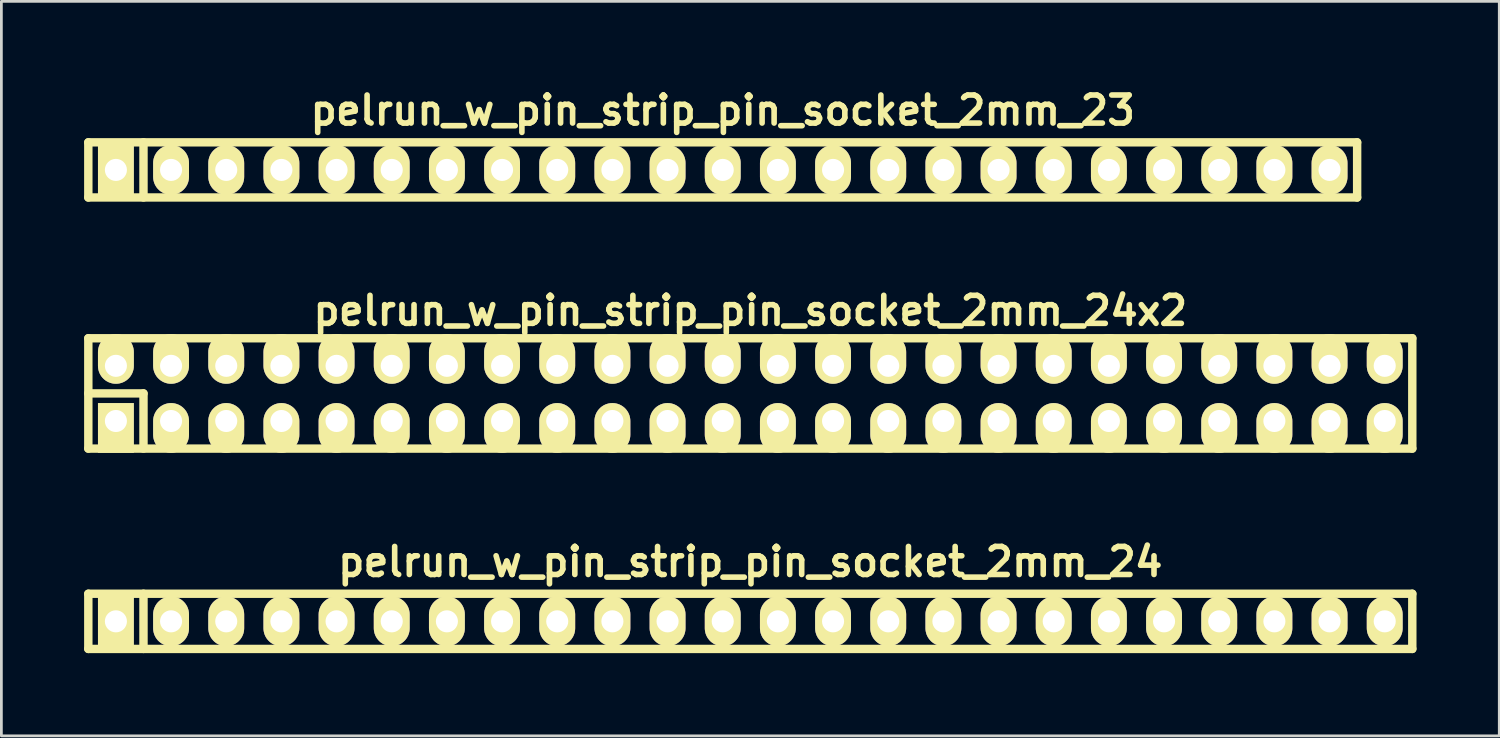
<source format=kicad_pcb>
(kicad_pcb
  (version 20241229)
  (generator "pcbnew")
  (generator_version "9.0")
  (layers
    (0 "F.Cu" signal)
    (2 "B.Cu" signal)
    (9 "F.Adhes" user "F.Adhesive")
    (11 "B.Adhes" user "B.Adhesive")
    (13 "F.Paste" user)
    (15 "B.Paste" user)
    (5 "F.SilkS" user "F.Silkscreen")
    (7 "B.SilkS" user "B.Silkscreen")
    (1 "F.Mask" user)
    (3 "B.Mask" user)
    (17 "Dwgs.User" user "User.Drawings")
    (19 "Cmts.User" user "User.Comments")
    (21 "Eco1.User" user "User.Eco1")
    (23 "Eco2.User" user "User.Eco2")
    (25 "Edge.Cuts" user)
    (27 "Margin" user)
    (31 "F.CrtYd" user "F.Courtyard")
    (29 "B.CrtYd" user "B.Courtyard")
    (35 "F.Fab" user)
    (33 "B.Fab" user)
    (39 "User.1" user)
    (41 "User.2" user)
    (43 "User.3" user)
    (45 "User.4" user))
  (footprint "pelrun_w_pin_strip_pin_socket_2mm_24"
    (layer "F.Cu")
    (at 24.152 19.476)
    (property "Reference" "pelrun_w_pin_strip_pin_socket_2mm_24" (at 0 -2.159 0) (layer "F.SilkS") (effects (font (size 1.016 1.016) (thickness 0.203))))
    (attr through_hole)
    (fp_line (start -24 -1) (end 24 -1) (stroke (width 0.305) (type solid)) (layer "F.SilkS"))
    (fp_line (start -24 1) (end -24 -1) (stroke (width 0.305) (type solid)) (layer "F.SilkS"))
    (fp_line (start -22 -1) (end -22 1) (stroke (width 0.305) (type solid)) (layer "F.SilkS"))
    (fp_line (start 24 -1) (end 24 1) (stroke (width 0.305) (type solid)) (layer "F.SilkS"))
    (fp_line (start 24 1) (end -24 1) (stroke (width 0.305) (type solid)) (layer "F.SilkS"))
    (pad "1" thru_hole rect (at -23 0) (size 1.3 1.8) (drill 0.8) (layers "*.Cu" "*.Mask" "F.SilkS"))
    (pad "2" thru_hole oval (at -21 0) (size 1.3 1.8) (drill 0.8) (layers "*.Cu" "*.Mask" "F.SilkS"))
    (pad "3" thru_hole oval (at -19 0) (size 1.3 1.8) (drill 0.8) (layers "*.Cu" "*.Mask" "F.SilkS"))
    (pad "4" thru_hole oval (at -17 0) (size 1.3 1.8) (drill 0.8) (layers "*.Cu" "*.Mask" "F.SilkS"))
    (pad "5" thru_hole oval (at -15 0) (size 1.3 1.8) (drill 0.8) (layers "*.Cu" "*.Mask" "F.SilkS"))
    (pad "6" thru_hole oval (at -13 0) (size 1.3 1.8) (drill 0.8) (layers "*.Cu" "*.Mask" "F.SilkS"))
    (pad "7" thru_hole oval (at -11 0) (size 1.3 1.8) (drill 0.8) (layers "*.Cu" "*.Mask" "F.SilkS"))
    (pad "8" thru_hole oval (at -9 0) (size 1.3 1.8) (drill 0.8) (layers "*.Cu" "*.Mask" "F.SilkS"))
    (pad "9" thru_hole oval (at -7 0) (size 1.3 1.8) (drill 0.8) (layers "*.Cu" "*.Mask" "F.SilkS"))
    (pad "10" thru_hole oval (at -5 0) (size 1.3 1.8) (drill 0.8) (layers "*.Cu" "*.Mask" "F.SilkS"))
    (pad "11" thru_hole oval (at -3 0) (size 1.3 1.8) (drill 0.8) (layers "*.Cu" "*.Mask" "F.SilkS"))
    (pad "12" thru_hole oval (at -1 0) (size 1.3 1.8) (drill 0.8) (layers "*.Cu" "*.Mask" "F.SilkS"))
    (pad "13" thru_hole oval (at 1 0) (size 1.3 1.8) (drill 0.8) (layers "*.Cu" "*.Mask" "F.SilkS"))
    (pad "14" thru_hole oval (at 3 0) (size 1.3 1.8) (drill 0.8) (layers "*.Cu" "*.Mask" "F.SilkS"))
    (pad "15" thru_hole oval (at 5 0) (size 1.3 1.8) (drill 0.8) (layers "*.Cu" "*.Mask" "F.SilkS"))
    (pad "16" thru_hole oval (at 7 0) (size 1.3 1.8) (drill 0.8) (layers "*.Cu" "*.Mask" "F.SilkS"))
    (pad "17" thru_hole oval (at 9 0) (size 1.3 1.8) (drill 0.8) (layers "*.Cu" "*.Mask" "F.SilkS"))
    (pad "18" thru_hole oval (at 11 0) (size 1.3 1.8) (drill 0.8) (layers "*.Cu" "*.Mask" "F.SilkS"))
    (pad "19" thru_hole oval (at 13 0) (size 1.3 1.8) (drill 0.8) (layers "*.Cu" "*.Mask" "F.SilkS"))
    (pad "20" thru_hole oval (at 15 0) (size 1.3 1.8) (drill 0.8) (layers "*.Cu" "*.Mask" "F.SilkS"))
    (pad "21" thru_hole oval (at 17 0) (size 1.3 1.8) (drill 0.8) (layers "*.Cu" "*.Mask" "F.SilkS"))
    (pad "22" thru_hole oval (at 19 0) (size 1.3 1.8) (drill 0.8) (layers "*.Cu" "*.Mask" "F.SilkS"))
    (pad "23" thru_hole oval (at 21 0) (size 1.3 1.8) (drill 0.8) (layers "*.Cu" "*.Mask" "F.SilkS"))
    (pad "24" thru_hole oval (at 23 0) (size 1.3 1.8) (drill 0.8) (layers "*.Cu" "*.Mask" "F.SilkS")))
  (footprint "pelrun_w_pin_strip_pin_socket_2mm_23"
    (layer "F.Cu")
    (at 23.152 3.11)
    (property "Reference" "pelrun_w_pin_strip_pin_socket_2mm_23" (at 0 -2.159 0) (layer "F.SilkS") (effects (font (size 1.016 1.016) (thickness 0.203))))
    (attr through_hole)
    (fp_line (start -23 -1) (end 23 -1) (stroke (width 0.305) (type solid)) (layer "F.SilkS"))
    (fp_line (start -23 1) (end -23 -1) (stroke (width 0.305) (type solid)) (layer "F.SilkS"))
    (fp_line (start -21 -1) (end -21 1) (stroke (width 0.305) (type solid)) (layer "F.SilkS"))
    (fp_line (start 23 -1) (end 23 1) (stroke (width 0.305) (type solid)) (layer "F.SilkS"))
    (fp_line (start 23 1) (end -23 1) (stroke (width 0.305) (type solid)) (layer "F.SilkS"))
    (pad "1" thru_hole rect (at -22 0) (size 1.3 1.8) (drill 0.8) (layers "*.Cu" "*.Mask" "F.SilkS"))
    (pad "2" thru_hole oval (at -20 0) (size 1.3 1.8) (drill 0.8) (layers "*.Cu" "*.Mask" "F.SilkS"))
    (pad "3" thru_hole oval (at -18 0) (size 1.3 1.8) (drill 0.8) (layers "*.Cu" "*.Mask" "F.SilkS"))
    (pad "4" thru_hole oval (at -16 0) (size 1.3 1.8) (drill 0.8) (layers "*.Cu" "*.Mask" "F.SilkS"))
    (pad "5" thru_hole oval (at -14 0) (size 1.3 1.8) (drill 0.8) (layers "*.Cu" "*.Mask" "F.SilkS"))
    (pad "6" thru_hole oval (at -12 0) (size 1.3 1.8) (drill 0.8) (layers "*.Cu" "*.Mask" "F.SilkS"))
    (pad "7" thru_hole oval (at -10 0) (size 1.3 1.8) (drill 0.8) (layers "*.Cu" "*.Mask" "F.SilkS"))
    (pad "8" thru_hole oval (at -8 0) (size 1.3 1.8) (drill 0.8) (layers "*.Cu" "*.Mask" "F.SilkS"))
    (pad "9" thru_hole oval (at -6 0) (size 1.3 1.8) (drill 0.8) (layers "*.Cu" "*.Mask" "F.SilkS"))
    (pad "10" thru_hole oval (at -4 0) (size 1.3 1.8) (drill 0.8) (layers "*.Cu" "*.Mask" "F.SilkS"))
    (pad "11" thru_hole oval (at -2 0) (size 1.3 1.8) (drill 0.8) (layers "*.Cu" "*.Mask" "F.SilkS"))
    (pad "12" thru_hole oval (at 0 0) (size 1.3 1.8) (drill 0.8) (layers "*.Cu" "*.Mask" "F.SilkS"))
    (pad "13" thru_hole oval (at 2 0) (size 1.3 1.8) (drill 0.8) (layers "*.Cu" "*.Mask" "F.SilkS"))
    (pad "14" thru_hole oval (at 4 0) (size 1.3 1.8) (drill 0.8) (layers "*.Cu" "*.Mask" "F.SilkS"))
    (pad "15" thru_hole oval (at 6 0) (size 1.3 1.8) (drill 0.8) (layers "*.Cu" "*.Mask" "F.SilkS"))
    (pad "16" thru_hole oval (at 8 0) (size 1.3 1.8) (drill 0.8) (layers "*.Cu" "*.Mask" "F.SilkS"))
    (pad "17" thru_hole oval (at 10 0) (size 1.3 1.8) (drill 0.8) (layers "*.Cu" "*.Mask" "F.SilkS"))
    (pad "18" thru_hole oval (at 12 0) (size 1.3 1.8) (drill 0.8) (layers "*.Cu" "*.Mask" "F.SilkS"))
    (pad "19" thru_hole oval (at 14 0) (size 1.3 1.8) (drill 0.8) (layers "*.Cu" "*.Mask" "F.SilkS"))
    (pad "20" thru_hole oval (at 16 0) (size 1.3 1.8) (drill 0.8) (layers "*.Cu" "*.Mask" "F.SilkS"))
    (pad "21" thru_hole oval (at 18 0) (size 1.3 1.8) (drill 0.8) (layers "*.Cu" "*.Mask" "F.SilkS"))
    (pad "22" thru_hole oval (at 20 0) (size 1.3 1.8) (drill 0.8) (layers "*.Cu" "*.Mask" "F.SilkS"))
    (pad "23" thru_hole oval (at 22 0) (size 1.3 1.8) (drill 0.8) (layers "*.Cu" "*.Mask" "F.SilkS")))
  (footprint "pelrun_w_pin_strip_pin_socket_2mm_24x2"
    (layer "F.Cu")
    (at 24.152 11.213)
    (property "Reference" "pelrun_w_pin_strip_pin_socket_2mm_24x2" (at 0 -3 0) (layer "F.SilkS") (effects (font (size 1.016 1.016) (thickness 0.203))))
    (attr through_hole)
    (fp_line (start -24 -2) (end 24 -2) (stroke (width 0.305) (type solid)) (layer "F.SilkS"))
    (fp_line (start -24 0) (end -22 0) (stroke (width 0.305) (type solid)) (layer "F.SilkS"))
    (fp_line (start -24 2) (end -24 -2) (stroke (width 0.305) (type solid)) (layer "F.SilkS"))
    (fp_line (start -22 0) (end -22 2) (stroke (width 0.305) (type solid)) (layer "F.SilkS"))
    (fp_line (start 24 -2) (end 24 2) (stroke (width 0.305) (type solid)) (layer "F.SilkS"))
    (fp_line (start 24 2) (end -24 2) (stroke (width 0.305) (type solid)) (layer "F.SilkS"))
    (pad "1" thru_hole rect (at -23 1) (size 1.3 1.8) (drill 0.8 (offset 0 0.25)) (layers "*.Cu" "*.Mask" "F.SilkS"))
    (pad "2" thru_hole oval (at -23 -1) (size 1.3 1.8) (drill 0.8 (offset 0 -0.25)) (layers "*.Cu" "*.Mask" "F.SilkS"))
    (pad "3" thru_hole oval (at -21 1) (size 1.3 1.8) (drill 0.8 (offset 0 0.25)) (layers "*.Cu" "*.Mask" "F.SilkS"))
    (pad "4" thru_hole oval (at -21 -1) (size 1.3 1.8) (drill 0.8 (offset 0 -0.25)) (layers "*.Cu" "*.Mask" "F.SilkS"))
    (pad "5" thru_hole oval (at -19 1) (size 1.3 1.8) (drill 0.8 (offset 0 0.25)) (layers "*.Cu" "*.Mask" "F.SilkS"))
    (pad "6" thru_hole oval (at -19 -1) (size 1.3 1.8) (drill 0.8 (offset 0 -0.25)) (layers "*.Cu" "*.Mask" "F.SilkS"))
    (pad "7" thru_hole oval (at -17 1) (size 1.3 1.8) (drill 0.8 (offset 0 0.25)) (layers "*.Cu" "*.Mask" "F.SilkS"))
    (pad "8" thru_hole oval (at -17 -1) (size 1.3 1.8) (drill 0.8 (offset 0 -0.25)) (layers "*.Cu" "*.Mask" "F.SilkS"))
    (pad "9" thru_hole oval (at -15 1) (size 1.3 1.8) (drill 0.8 (offset 0 0.25)) (layers "*.Cu" "*.Mask" "F.SilkS"))
    (pad "10" thru_hole oval (at -15 -1) (size 1.3 1.8) (drill 0.8 (offset 0 -0.25)) (layers "*.Cu" "*.Mask" "F.SilkS"))
    (pad "11" thru_hole oval (at -13 1) (size 1.3 1.8) (drill 0.8 (offset 0 0.25)) (layers "*.Cu" "*.Mask" "F.SilkS"))
    (pad "12" thru_hole oval (at -13 -1) (size 1.3 1.8) (drill 0.8 (offset 0 -0.25)) (layers "*.Cu" "*.Mask" "F.SilkS"))
    (pad "13" thru_hole oval (at -11 1) (size 1.3 1.8) (drill 0.8 (offset 0 0.25)) (layers "*.Cu" "*.Mask" "F.SilkS"))
    (pad "14" thru_hole oval (at -11 -1) (size 1.3 1.8) (drill 0.8 (offset 0 -0.25)) (layers "*.Cu" "*.Mask" "F.SilkS"))
    (pad "15" thru_hole oval (at -9 1) (size 1.3 1.8) (drill 0.8 (offset 0 0.25)) (layers "*.Cu" "*.Mask" "F.SilkS"))
    (pad "16" thru_hole oval (at -9 -1) (size 1.3 1.8) (drill 0.8 (offset 0 -0.25)) (layers "*.Cu" "*.Mask" "F.SilkS"))
    (pad "17" thru_hole oval (at -7 1) (size 1.3 1.8) (drill 0.8 (offset 0 0.25)) (layers "*.Cu" "*.Mask" "F.SilkS"))
    (pad "18" thru_hole oval (at -7 -1) (size 1.3 1.8) (drill 0.8 (offset 0 -0.25)) (layers "*.Cu" "*.Mask" "F.SilkS"))
    (pad "19" thru_hole oval (at -5 1) (size 1.3 1.8) (drill 0.8 (offset 0 0.25)) (layers "*.Cu" "*.Mask" "F.SilkS"))
    (pad "20" thru_hole oval (at -5 -1) (size 1.3 1.8) (drill 0.8 (offset 0 -0.25)) (layers "*.Cu" "*.Mask" "F.SilkS"))
    (pad "21" thru_hole oval (at -3 1) (size 1.3 1.8) (drill 0.8 (offset 0 0.25)) (layers "*.Cu" "*.Mask" "F.SilkS"))
    (pad "22" thru_hole oval (at -3 -1) (size 1.3 1.8) (drill 0.8 (offset 0 -0.25)) (layers "*.Cu" "*.Mask" "F.SilkS"))
    (pad "23" thru_hole oval (at -1 1) (size 1.3 1.8) (drill 0.8 (offset 0 0.25)) (layers "*.Cu" "*.Mask" "F.SilkS"))
    (pad "24" thru_hole oval (at -1 -1) (size 1.3 1.8) (drill 0.8 (offset 0 -0.25)) (layers "*.Cu" "*.Mask" "F.SilkS"))
    (pad "25" thru_hole oval (at 1 1) (size 1.3 1.8) (drill 0.8 (offset 0 0.25)) (layers "*.Cu" "*.Mask" "F.SilkS"))
    (pad "26" thru_hole oval (at 1 -1) (size 1.3 1.8) (drill 0.8 (offset 0 -0.25)) (layers "*.Cu" "*.Mask" "F.SilkS"))
    (pad "27" thru_hole oval (at 3 1) (size 1.3 1.8) (drill 0.8 (offset 0 0.25)) (layers "*.Cu" "*.Mask" "F.SilkS"))
    (pad "28" thru_hole oval (at 3 -1) (size 1.3 1.8) (drill 0.8 (offset 0 -0.25)) (layers "*.Cu" "*.Mask" "F.SilkS"))
    (pad "29" thru_hole oval (at 5 1) (size 1.3 1.8) (drill 0.8 (offset 0 0.25)) (layers "*.Cu" "*.Mask" "F.SilkS"))
    (pad "30" thru_hole oval (at 5 -1) (size 1.3 1.8) (drill 0.8 (offset 0 -0.25)) (layers "*.Cu" "*.Mask" "F.SilkS"))
    (pad "31" thru_hole oval (at 7 1) (size 1.3 1.8) (drill 0.8 (offset 0 0.25)) (layers "*.Cu" "*.Mask" "F.SilkS"))
    (pad "32" thru_hole oval (at 7 -1) (size 1.3 1.8) (drill 0.8 (offset 0 -0.25)) (layers "*.Cu" "*.Mask" "F.SilkS"))
    (pad "33" thru_hole oval (at 9 1) (size 1.3 1.8) (drill 0.8 (offset 0 0.25)) (layers "*.Cu" "*.Mask" "F.SilkS"))
    (pad "34" thru_hole oval (at 9 -1) (size 1.3 1.8) (drill 0.8 (offset 0 -0.25)) (layers "*.Cu" "*.Mask" "F.SilkS"))
    (pad "35" thru_hole oval (at 11 1) (size 1.3 1.8) (drill 0.8 (offset 0 0.25)) (layers "*.Cu" "*.Mask" "F.SilkS"))
    (pad "36" thru_hole oval (at 11 -1) (size 1.3 1.8) (drill 0.8 (offset 0 -0.25)) (layers "*.Cu" "*.Mask" "F.SilkS"))
    (pad "37" thru_hole oval (at 13 1) (size 1.3 1.8) (drill 0.8 (offset 0 0.25)) (layers "*.Cu" "*.Mask" "F.SilkS"))
    (pad "38" thru_hole oval (at 13 -1) (size 1.3 1.8) (drill 0.8 (offset 0 -0.25)) (layers "*.Cu" "*.Mask" "F.SilkS"))
    (pad "39" thru_hole oval (at 15 1) (size 1.3 1.8) (drill 0.8 (offset 0 0.25)) (layers "*.Cu" "*.Mask" "F.SilkS"))
    (pad "40" thru_hole oval (at 15 -1) (size 1.3 1.8) (drill 0.8 (offset 0 -0.25)) (layers "*.Cu" "*.Mask" "F.SilkS"))
    (pad "41" thru_hole oval (at 17 1) (size 1.3 1.8) (drill 0.8 (offset 0 0.25)) (layers "*.Cu" "*.Mask" "F.SilkS"))
    (pad "42" thru_hole oval (at 17 -1) (size 1.3 1.8) (drill 0.8 (offset 0 -0.25)) (layers "*.Cu" "*.Mask" "F.SilkS"))
    (pad "43" thru_hole oval (at 19 1) (size 1.3 1.8) (drill 0.8 (offset 0 0.25)) (layers "*.Cu" "*.Mask" "F.SilkS"))
    (pad "44" thru_hole oval (at 19 -1) (size 1.3 1.8) (drill 0.8 (offset 0 -0.25)) (layers "*.Cu" "*.Mask" "F.SilkS"))
    (pad "45" thru_hole oval (at 21 1) (size 1.3 1.8) (drill 0.8 (offset 0 0.25)) (layers "*.Cu" "*.Mask" "F.SilkS"))
    (pad "46" thru_hole oval (at 21 -1) (size 1.3 1.8) (drill 0.8 (offset 0 -0.25)) (layers "*.Cu" "*.Mask" "F.SilkS"))
    (pad "47" thru_hole oval (at 23 1) (size 1.3 1.8) (drill 0.8 (offset 0 0.25)) (layers "*.Cu" "*.Mask" "F.SilkS"))
    (pad "48" thru_hole oval (at 23 -1) (size 1.3 1.8) (drill 0.8 (offset 0 -0.25)) (layers "*.Cu" "*.Mask" "F.SilkS")))
  (gr_rect
    (start -3 -3)
    (end 51.305 23.628)
    (stroke (width 0.1) (type default))
    (fill no)
    (layer "Edge.Cuts")))
</source>
